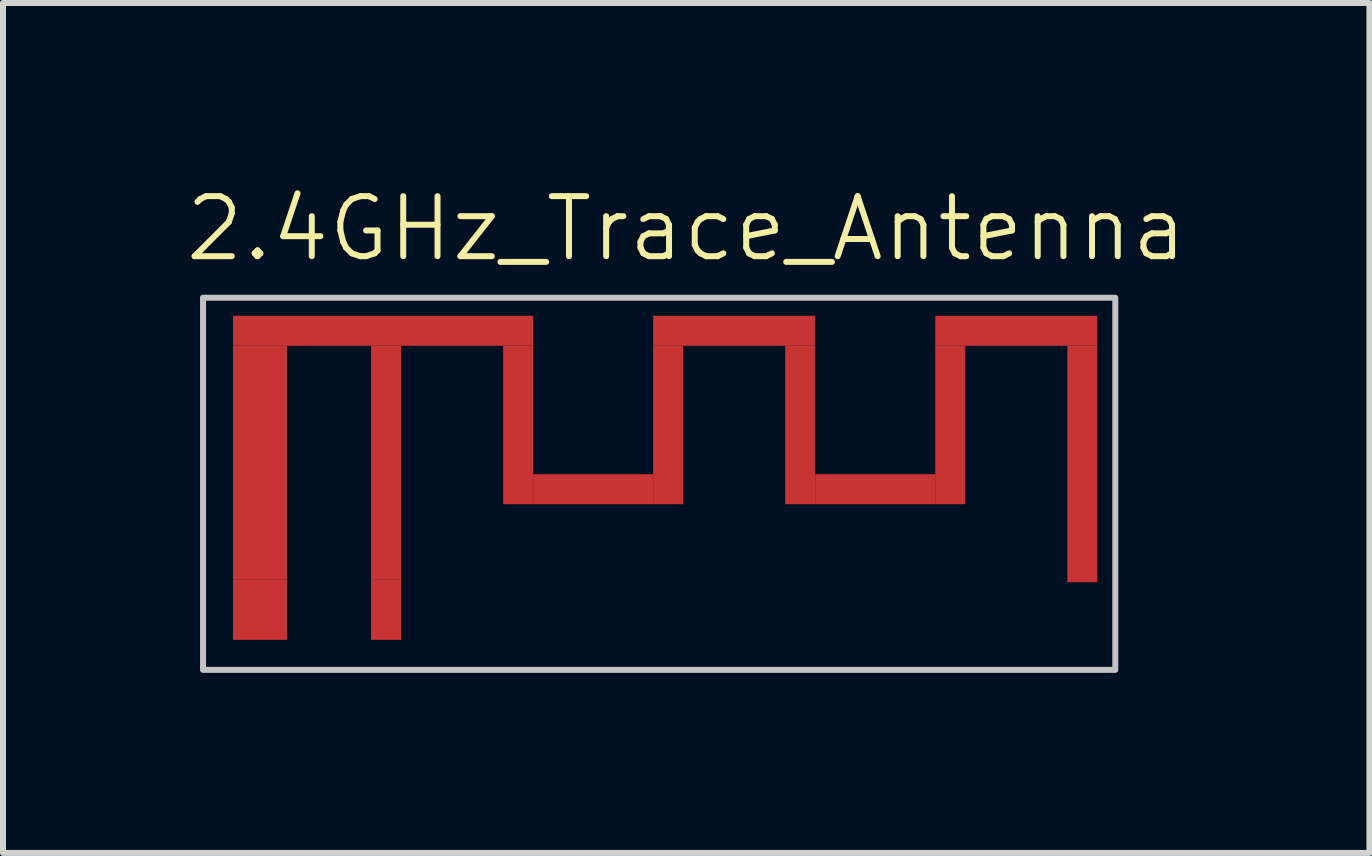
<source format=kicad_pcb>
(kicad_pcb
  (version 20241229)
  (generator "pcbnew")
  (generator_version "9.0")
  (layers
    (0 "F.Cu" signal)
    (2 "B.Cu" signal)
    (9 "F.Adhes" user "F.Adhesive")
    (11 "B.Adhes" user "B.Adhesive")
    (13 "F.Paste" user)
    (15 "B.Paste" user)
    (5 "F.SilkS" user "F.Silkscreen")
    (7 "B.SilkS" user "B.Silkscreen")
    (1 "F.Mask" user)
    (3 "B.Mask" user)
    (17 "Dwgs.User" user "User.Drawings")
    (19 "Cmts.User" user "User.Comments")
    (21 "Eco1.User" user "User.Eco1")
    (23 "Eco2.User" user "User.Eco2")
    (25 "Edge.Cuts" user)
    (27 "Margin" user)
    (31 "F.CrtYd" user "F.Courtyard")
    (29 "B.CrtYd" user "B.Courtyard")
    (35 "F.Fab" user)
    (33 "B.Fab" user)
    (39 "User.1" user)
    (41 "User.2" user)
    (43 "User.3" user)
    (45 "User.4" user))
  (footprint "2.4GHz_Trace_Antenna"
    (layer "F.Cu")
    (at 1.283 7.111)
    (property "Reference" "2.4GHz_Trace_Antenna" (at 7.1 -6.35 0) (unlocked yes) (layer "F.SilkS") (effects (font (size 1 1) (thickness 0.1))))
    (attr smd)
    (fp_rect (start 14.25 -5.2) (end -0.95 1) (stroke (width 0.1) (type default)) (fill no) (layer "Dwgs.User"))
    (pad "" smd rect (at 0 -2.45) (size 0.9 3.9) (layers "F.Cu"))
    (pad "" smd rect (at 2.05 -4.65) (size 5 0.5) (layers "F.Cu"))
    (pad "" smd rect (at 2.1 -2.45) (size 0.5 3.9) (layers "F.Cu"))
    (pad "" smd rect (at 4.3 -3.08) (size 0.5 2.64) (layers "F.Cu"))
    (pad "" smd rect (at 5.55 -2.01) (size 2 0.5) (layers "F.Cu"))
    (pad "" smd rect (at 6.8 -3.08) (size 0.5 2.64) (layers "F.Cu"))
    (pad "" smd rect (at 7.9 -4.65) (size 2.7 0.5) (layers "F.Cu"))
    (pad "" smd rect (at 9 -3.08) (size 0.5 2.64) (layers "F.Cu"))
    (pad "" smd rect (at 10.25 -2.01) (size 2 0.5) (layers "F.Cu"))
    (pad "" smd rect (at 11.5 -3.08) (size 0.5 2.64) (layers "F.Cu"))
    (pad "" smd rect (at 12.6 -4.65) (size 2.7 0.5) (layers "F.Cu"))
    (pad "" smd rect (at 13.7 -2.43) (size 0.5 3.94) (layers "F.Cu"))
    (pad "1" smd rect (at 0 0) (size 0.9 1) (layers "F.Cu"))
    (pad "2" smd rect (at 2.1 0) (size 0.5 1) (layers "F.Cu"))
    (zone (net_name "") (layers "F.Cu" "B.Cu") (name "Trace Antenna - KO") (hatch edge 0.5) (connect_pads) (min_thickness 0.25) (filled_areas_thickness no) (keepout (tracks not_allowed) (vias not_allowed) (pads allowed) (copperpour not_allowed) (footprints allowed)) (placement (enabled no)) (fill) (polygon (pts (xy 0.333 1.911) (xy 15.533 1.911) (xy 15.533 7.111) (xy 0.333 7.111)))))
  (gr_rect
    (start -3 -3)
    (end 19.767 11.161)
    (stroke (width 0.1) (type default))
    (fill no)
    (layer "Edge.Cuts")))
</source>
